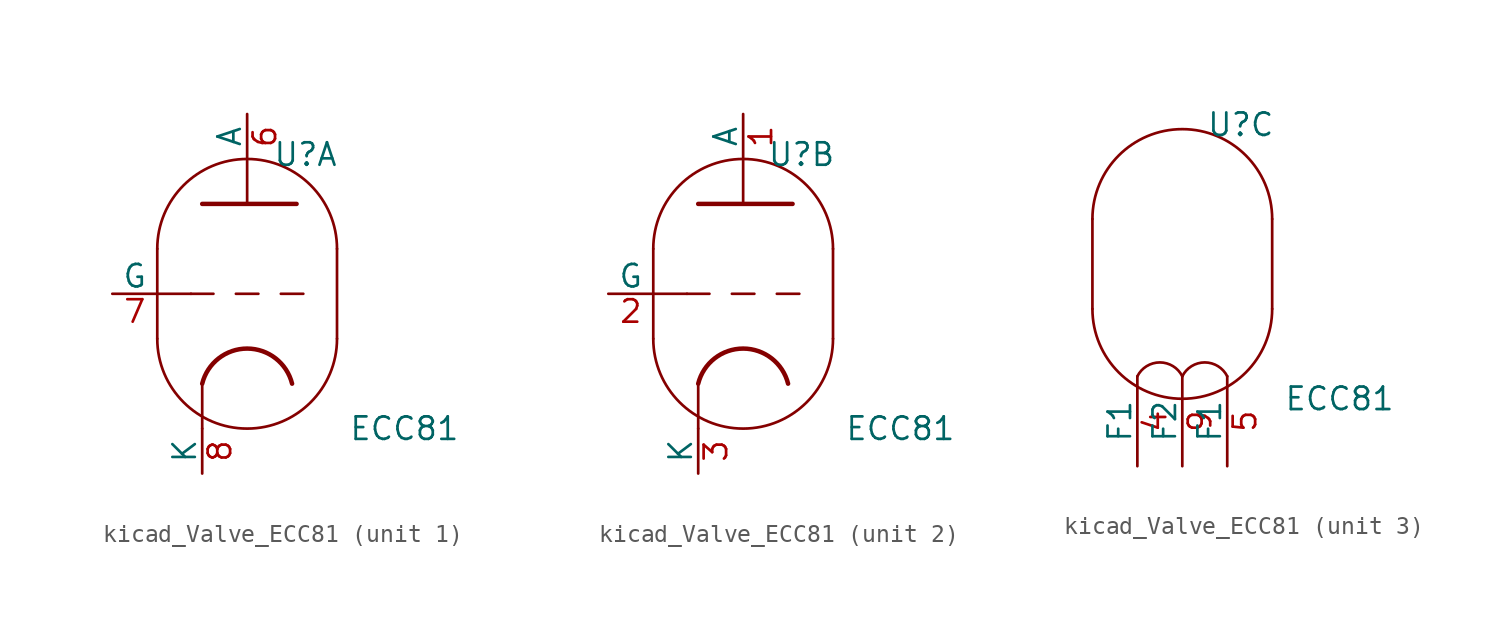
<source format=kicad_sym>
(kicad_symbol_lib
  (version 20220914)
  (generator kicad_symbol_editor)
  (symbol "kicad_Valve_ECC81"
    (pin_names
      (offset 0))
    (property "Reference" "U"
      (at 3.302 7.874 0)
      (effects (font (size 1.27 1.27))))
    (property "Value" "ECC81"
      (at 8.89 -7.62 0)
      (effects (font (size 1.27 1.27))))
    (property "ki_locked" ""
      (at 0 0 0)
      (effects (font (size 1.27 1.27))))
    (symbol "kicad_Valve_ECC81_0_1"
      (arc (start -5.08 -2.54) (mid 0 -7.5979) (end 5.08 -2.54) (stroke (width 0) (type default)) (fill (type none)))
      (polyline (pts (xy 5.08 2.54) (xy 5.08 -2.54)) (stroke (width 0) (type default)) (fill (type none)))
      (polyline (pts (xy -5.08 2.54) (xy -5.08 -2.54) (xy -5.08 -2.54)) (stroke (width 0) (type default)) (fill (type none)))
      (arc (start 5.08 2.54) (mid 0 7.5979) (end -5.08 2.54) (stroke (width 0) (type default)) (fill (type none))))
    (symbol "kicad_Valve_ECC81_1_0"
      (polyline (pts (xy -2.54 -5.08) (xy -2.54 -7.62)) (stroke (width 0) (type default)) (fill (type none)))
      (polyline (pts (xy 0 5.08) (xy 0 7.62)) (stroke (width 0) (type default)) (fill (type none))))
    (symbol "kicad_Valve_ECC81_1_1"
      (polyline (pts (xy -5.08 0) (xy -3.175 0)) (stroke (width 0) (type default)) (fill (type none)))
      (polyline (pts (xy -1.905 0) (xy -3.175 0)) (stroke (width 0.152) (type default)) (fill (type none)))
      (polyline (pts (xy -0.635 0) (xy 0.635 0)) (stroke (width 0.152) (type default)) (fill (type none)))
      (polyline (pts (xy 1.905 0) (xy 3.175 0)) (stroke (width 0.152) (type default)) (fill (type none)))
      (polyline (pts (xy -2.54 5.08) (xy 2.794 5.08) (xy 2.794 5.08)) (stroke (width 0.254) (type default)) (fill (type none)))
      (arc (start 2.54 -5.08) (mid 0 -3.0968) (end -2.54 -5.08) (stroke (width 0.254) (type default)) (fill (type none)))
      (pin output line (at 0 10.16 270) (length 2.54) (name "A" (effects (font (size 1.27 1.27)))) (number "6" (effects (font (size 1.27 1.27)))))
      (pin input line (at -7.62 0 0) (length 2.54) (name "G" (effects (font (size 1.27 1.27)))) (number "7" (effects (font (size 1.27 1.27)))))
      (pin bidirectional line (at -2.54 -10.16 90) (length 2.54) (name "K" (effects (font (size 1.27 1.27)))) (number "8" (effects (font (size 1.27 1.27))))))
    (symbol "kicad_Valve_ECC81_2_0"
      (polyline (pts (xy -2.54 -5.08) (xy -2.54 -7.62)) (stroke (width 0) (type default)) (fill (type none)))
      (polyline (pts (xy 0 5.08) (xy 0 7.62)) (stroke (width 0) (type default)) (fill (type none))))
    (symbol "kicad_Valve_ECC81_2_1"
      (polyline (pts (xy -5.08 0) (xy -3.175 0)) (stroke (width 0) (type default)) (fill (type none)))
      (polyline (pts (xy -1.905 0) (xy -3.175 0)) (stroke (width 0.152) (type default)) (fill (type none)))
      (polyline (pts (xy -0.635 0) (xy 0.635 0)) (stroke (width 0.152) (type default)) (fill (type none)))
      (polyline (pts (xy 1.905 0) (xy 3.175 0)) (stroke (width 0.152) (type default)) (fill (type none)))
      (polyline (pts (xy -2.54 5.08) (xy 2.794 5.08) (xy 2.794 5.08)) (stroke (width 0.254) (type default)) (fill (type none)))
      (arc (start 2.54 -5.08) (mid 0 -3.0968) (end -2.54 -5.08) (stroke (width 0.254) (type default)) (fill (type none)))
      (pin output line (at 0 10.16 270) (length 2.54) (name "A" (effects (font (size 1.27 1.27)))) (number "1" (effects (font (size 1.27 1.27)))))
      (pin input line (at -7.62 0 0) (length 2.54) (name "G" (effects (font (size 1.27 1.27)))) (number "2" (effects (font (size 1.27 1.27)))))
      (pin bidirectional line (at -2.54 -10.16 90) (length 2.54) (name "K" (effects (font (size 1.27 1.27)))) (number "3" (effects (font (size 1.27 1.27))))))
    (symbol "kicad_Valve_ECC81_3_1"
      (arc (start 0 -6.35) (mid -1.27 -5.5651) (end -2.54 -6.35) (stroke (width 0) (type default)) (fill (type none)))
      (arc (start 2.54 -6.35) (mid 1.27 -5.5651) (end 0 -6.35) (stroke (width 0) (type default)) (fill (type none)))
      (pin power_in line (at -2.54 -11.43 90) (length 5.08) (name "F1" (effects (font (size 1.27 1.27)))) (number "4" (effects (font (size 1.27 1.27)))))
      (pin power_in line (at 2.54 -11.43 90) (length 5.08) (name "F1" (effects (font (size 1.27 1.27)))) (number "5" (effects (font (size 1.27 1.27)))))
      (pin power_in line (at 0 -11.43 90) (length 5.08) (name "F2" (effects (font (size 1.27 1.27)))) (number "9" (effects (font (size 1.27 1.27))))))))
</source>
